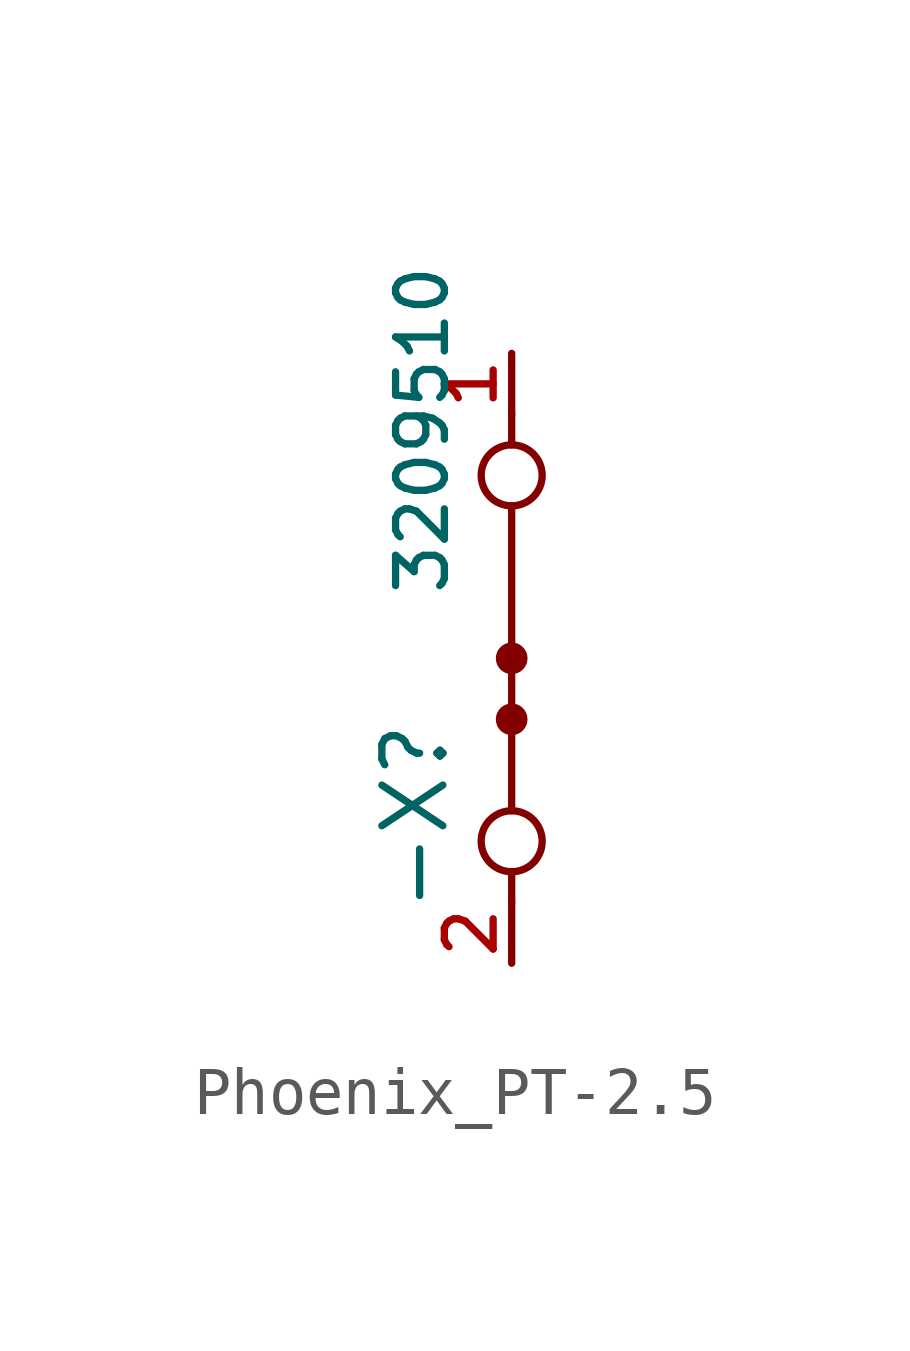
<source format=kicad_sym>
(kicad_symbol_lib
  (version 20231120)
  (generator "kicad_symbol_editor")
  (generator_version "8.0")
  (symbol "Phoenix_PT-2.5"
    (pin_names
      (offset 0))
    (property "Reference" "-X"
      (at -1.27 -1.27 90)
      (do_not_autoplace)
      (effects (font (size 1.27 1.27)) (justify right bottom)))
    (property "Value" "${PartNo}"
      (at -1.27 1.27 90)
      (do_not_autoplace)
      (effects (font (size 1.016 1.016)) (justify left bottom)))
    (property "PartNo" "3209510"
      (at 5.08 -10.16 0)
      (effects (font (size 1.016 1.016)) (justify left) (hide yes)))
    (symbol "Phoenix_PT-2.5_0_1"
      (circle (center 0 -3.81) (radius 0.635) (stroke (width 0) (type default)) (fill (type none)))
      (circle (center 0 -1.27) (radius 0.254) (stroke (width 0) (type default)) (fill (type outline)))
      (polyline (pts (xy 0 -4.445) (xy 0 -5.08)) (stroke (width 0) (type default)) (fill (type none)))
      (polyline (pts (xy 0 4.445) (xy 0 5.08)) (stroke (width 0) (type default)) (fill (type none)))
      (circle (center 0 3.81) (radius 0.635) (stroke (width 0) (type default)) (fill (type none))))
    (symbol "Phoenix_PT-2.5_1_1"
      (polyline (pts (xy 0 -3.175) (xy 0 3.175)) (stroke (width 0) (type default)) (fill (type none)))
      (circle (center 0 0) (radius 0.254) (stroke (width 0) (type default)) (fill (type outline)))
      (pin passive line (at 0 6.35 270) (length 1.27) (name "" (effects (font (size 1.016 1.016)))) (number "1" (effects (font (size 1.016 1.016)))))
      (pin passive line (at 0 -6.35 90) (length 1.27) (name "" (effects (font (size 1.016 1.016)))) (number "2" (effects (font (size 1.016 1.016)))))
      (pin passive line (at 0 0 180) (length 0) (name "J1" (effects (font (size 0 0)))) (number "3" (effects (font (size 0 0)))))
      (pin passive line (at 0 -1.27 180) (length 0) (name "J2" (effects (font (size 0 0)))) (number "4" (effects (font (size 0 0))))))))
</source>
